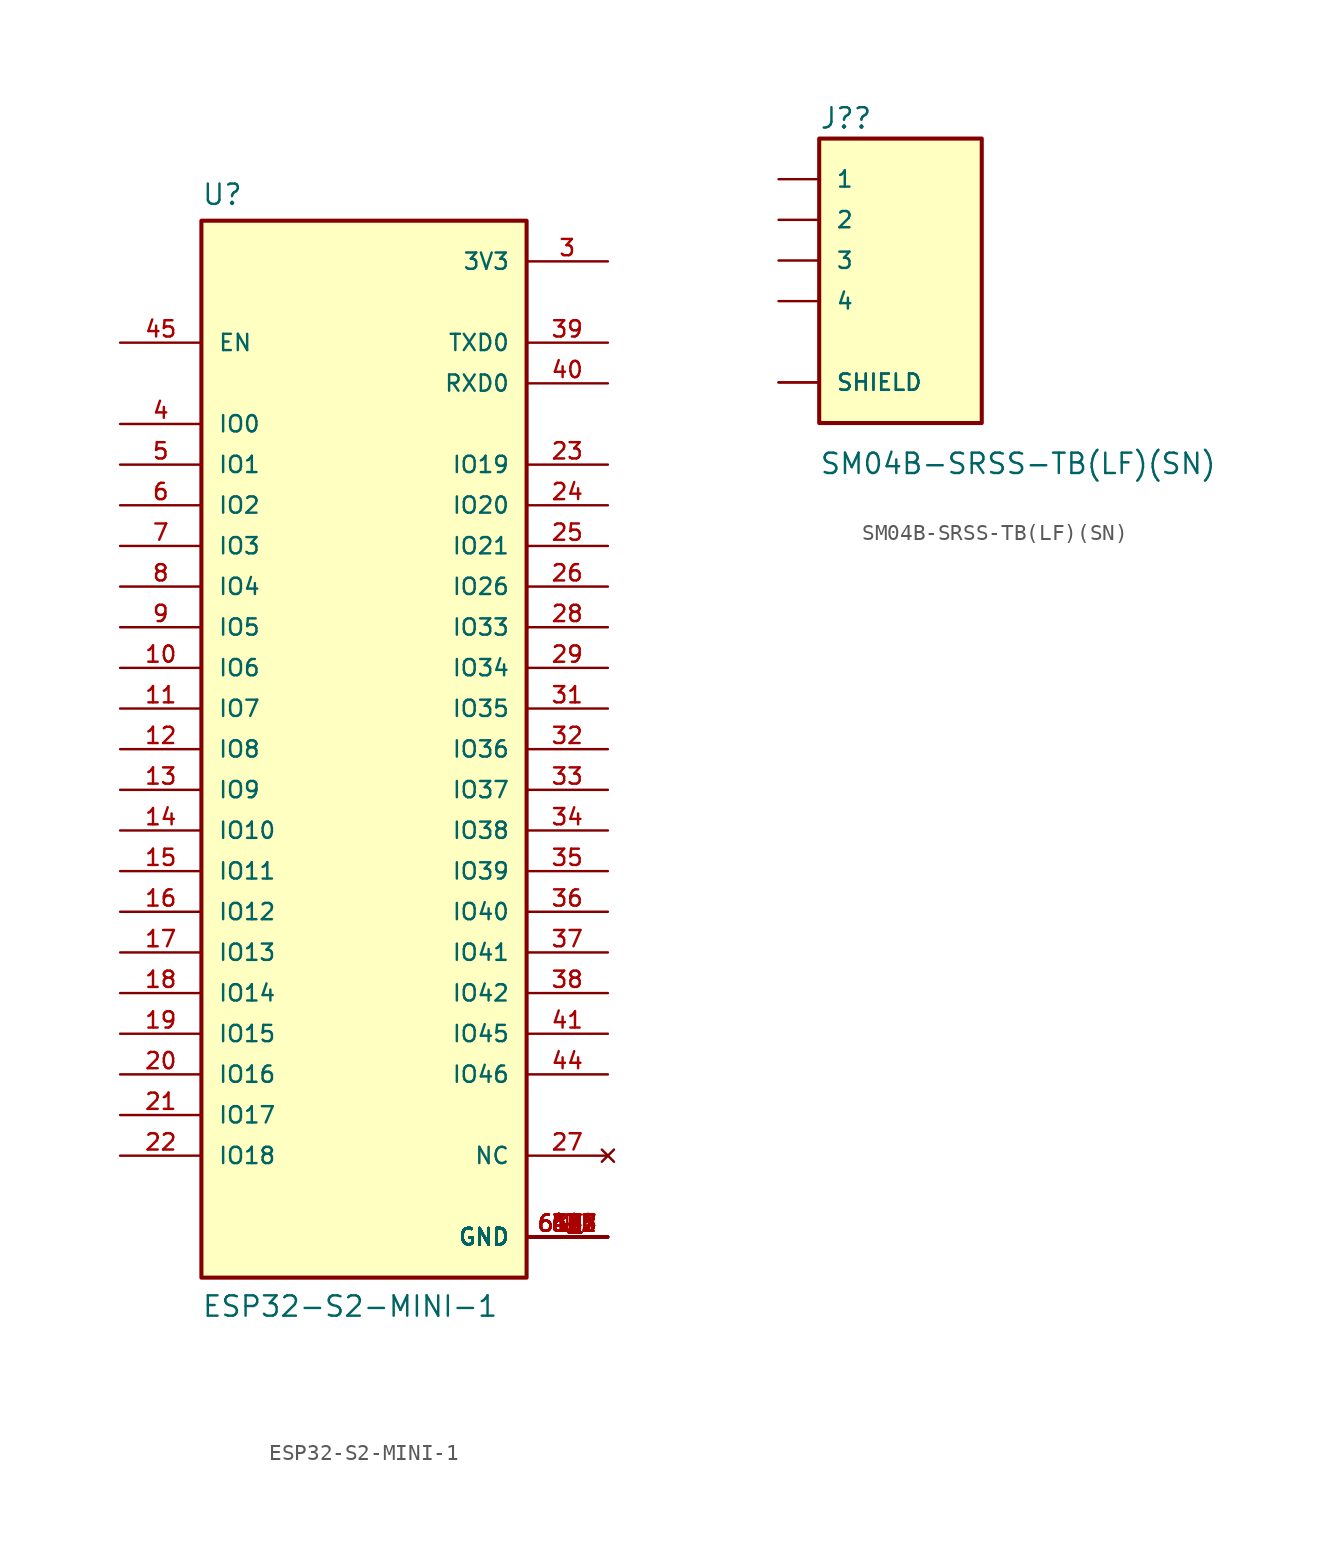
<source format=kicad_sym>
(kicad_symbol_lib
  (version 20211014)
  (generator kicad_symbol_editor)
  (symbol "ESP32-S2-MINI-1"
    (pin_names
      (offset 1.016))
    (property "Reference" "U"
      (at -10.16 33.909 0)
      (effects (font (size 1.27 1.27)) (justify left bottom)))
    (property "Value" "ESP32-S2-MINI-1"
      (at -10.16 -35.56 0)
      (effects (font (size 1.27 1.27)) (justify left bottom)))
    (symbol "ESP32-S2-MINI-1_0_0"
      (rectangle (start -10.16 -33.02) (end 10.16 33.02) (stroke (width 0.254) (type default) (color 0 0 0 0)) (fill (type background)))
      (pin power_in line (at 15.24 -30.48 180) (length 5.08) (name "GND" (effects (font (size 1.016 1.016)))) (number "1" (effects (font (size 1.016 1.016)))))
      (pin bidirectional line (at -15.24 5.08 0) (length 5.08) (name "IO6" (effects (font (size 1.016 1.016)))) (number "10" (effects (font (size 1.016 1.016)))))
      (pin bidirectional line (at -15.24 2.54 0) (length 5.08) (name "IO7" (effects (font (size 1.016 1.016)))) (number "11" (effects (font (size 1.016 1.016)))))
      (pin bidirectional line (at -15.24 0 0) (length 5.08) (name "IO8" (effects (font (size 1.016 1.016)))) (number "12" (effects (font (size 1.016 1.016)))))
      (pin bidirectional line (at -15.24 -2.54 0) (length 5.08) (name "IO9" (effects (font (size 1.016 1.016)))) (number "13" (effects (font (size 1.016 1.016)))))
      (pin bidirectional line (at -15.24 -5.08 0) (length 5.08) (name "IO10" (effects (font (size 1.016 1.016)))) (number "14" (effects (font (size 1.016 1.016)))))
      (pin bidirectional line (at -15.24 -7.62 0) (length 5.08) (name "IO11" (effects (font (size 1.016 1.016)))) (number "15" (effects (font (size 1.016 1.016)))))
      (pin bidirectional line (at -15.24 -10.16 0) (length 5.08) (name "IO12" (effects (font (size 1.016 1.016)))) (number "16" (effects (font (size 1.016 1.016)))))
      (pin bidirectional line (at -15.24 -12.7 0) (length 5.08) (name "IO13" (effects (font (size 1.016 1.016)))) (number "17" (effects (font (size 1.016 1.016)))))
      (pin bidirectional line (at -15.24 -15.24 0) (length 5.08) (name "IO14" (effects (font (size 1.016 1.016)))) (number "18" (effects (font (size 1.016 1.016)))))
      (pin bidirectional line (at -15.24 -17.78 0) (length 5.08) (name "IO15" (effects (font (size 1.016 1.016)))) (number "19" (effects (font (size 1.016 1.016)))))
      (pin power_in line (at 15.24 -30.48 180) (length 5.08) (name "GND" (effects (font (size 1.016 1.016)))) (number "2" (effects (font (size 1.016 1.016)))))
      (pin bidirectional line (at -15.24 -20.32 0) (length 5.08) (name "IO16" (effects (font (size 1.016 1.016)))) (number "20" (effects (font (size 1.016 1.016)))))
      (pin bidirectional line (at -15.24 -22.86 0) (length 5.08) (name "IO17" (effects (font (size 1.016 1.016)))) (number "21" (effects (font (size 1.016 1.016)))))
      (pin bidirectional line (at -15.24 -25.4 0) (length 5.08) (name "IO18" (effects (font (size 1.016 1.016)))) (number "22" (effects (font (size 1.016 1.016)))))
      (pin bidirectional line (at 15.24 17.78 180) (length 5.08) (name "IO19" (effects (font (size 1.016 1.016)))) (number "23" (effects (font (size 1.016 1.016)))))
      (pin bidirectional line (at 15.24 15.24 180) (length 5.08) (name "IO20" (effects (font (size 1.016 1.016)))) (number "24" (effects (font (size 1.016 1.016)))))
      (pin bidirectional line (at 15.24 12.7 180) (length 5.08) (name "IO21" (effects (font (size 1.016 1.016)))) (number "25" (effects (font (size 1.016 1.016)))))
      (pin bidirectional line (at 15.24 10.16 180) (length 5.08) (name "IO26" (effects (font (size 1.016 1.016)))) (number "26" (effects (font (size 1.016 1.016)))))
      (pin no_connect line (at 15.24 -25.4 180) (length 5.08) (name "NC" (effects (font (size 1.016 1.016)))) (number "27" (effects (font (size 1.016 1.016)))))
      (pin bidirectional line (at 15.24 7.62 180) (length 5.08) (name "IO33" (effects (font (size 1.016 1.016)))) (number "28" (effects (font (size 1.016 1.016)))))
      (pin bidirectional line (at 15.24 5.08 180) (length 5.08) (name "IO34" (effects (font (size 1.016 1.016)))) (number "29" (effects (font (size 1.016 1.016)))))
      (pin power_in line (at 15.24 30.48 180) (length 5.08) (name "3V3" (effects (font (size 1.016 1.016)))) (number "3" (effects (font (size 1.016 1.016)))))
      (pin power_in line (at 15.24 -30.48 180) (length 5.08) (name "GND" (effects (font (size 1.016 1.016)))) (number "30" (effects (font (size 1.016 1.016)))))
      (pin bidirectional line (at 15.24 2.54 180) (length 5.08) (name "IO35" (effects (font (size 1.016 1.016)))) (number "31" (effects (font (size 1.016 1.016)))))
      (pin bidirectional line (at 15.24 0 180) (length 5.08) (name "IO36" (effects (font (size 1.016 1.016)))) (number "32" (effects (font (size 1.016 1.016)))))
      (pin bidirectional line (at 15.24 -2.54 180) (length 5.08) (name "IO37" (effects (font (size 1.016 1.016)))) (number "33" (effects (font (size 1.016 1.016)))))
      (pin bidirectional line (at 15.24 -5.08 180) (length 5.08) (name "IO38" (effects (font (size 1.016 1.016)))) (number "34" (effects (font (size 1.016 1.016)))))
      (pin bidirectional line (at 15.24 -7.62 180) (length 5.08) (name "IO39" (effects (font (size 1.016 1.016)))) (number "35" (effects (font (size 1.016 1.016)))))
      (pin bidirectional line (at 15.24 -10.16 180) (length 5.08) (name "IO40" (effects (font (size 1.016 1.016)))) (number "36" (effects (font (size 1.016 1.016)))))
      (pin bidirectional line (at 15.24 -12.7 180) (length 5.08) (name "IO41" (effects (font (size 1.016 1.016)))) (number "37" (effects (font (size 1.016 1.016)))))
      (pin bidirectional line (at 15.24 -15.24 180) (length 5.08) (name "IO42" (effects (font (size 1.016 1.016)))) (number "38" (effects (font (size 1.016 1.016)))))
      (pin bidirectional line (at 15.24 25.4 180) (length 5.08) (name "TXD0" (effects (font (size 1.016 1.016)))) (number "39" (effects (font (size 1.016 1.016)))))
      (pin bidirectional line (at -15.24 20.32 0) (length 5.08) (name "IO0" (effects (font (size 1.016 1.016)))) (number "4" (effects (font (size 1.016 1.016)))))
      (pin bidirectional line (at 15.24 22.86 180) (length 5.08) (name "RXD0" (effects (font (size 1.016 1.016)))) (number "40" (effects (font (size 1.016 1.016)))))
      (pin bidirectional line (at 15.24 -17.78 180) (length 5.08) (name "IO45" (effects (font (size 1.016 1.016)))) (number "41" (effects (font (size 1.016 1.016)))))
      (pin power_in line (at 15.24 -30.48 180) (length 5.08) (name "GND" (effects (font (size 1.016 1.016)))) (number "42" (effects (font (size 1.016 1.016)))))
      (pin power_in line (at 15.24 -30.48 180) (length 5.08) (name "GND" (effects (font (size 1.016 1.016)))) (number "43" (effects (font (size 1.016 1.016)))))
      (pin input line (at 15.24 -20.32 180) (length 5.08) (name "IO46" (effects (font (size 1.016 1.016)))) (number "44" (effects (font (size 1.016 1.016)))))
      (pin input line (at -15.24 25.4 0) (length 5.08) (name "EN" (effects (font (size 1.016 1.016)))) (number "45" (effects (font (size 1.016 1.016)))))
      (pin power_in line (at 15.24 -30.48 180) (length 5.08) (name "GND" (effects (font (size 1.016 1.016)))) (number "46" (effects (font (size 1.016 1.016)))))
      (pin power_in line (at 15.24 -30.48 180) (length 5.08) (name "GND" (effects (font (size 1.016 1.016)))) (number "47" (effects (font (size 1.016 1.016)))))
      (pin power_in line (at 15.24 -30.48 180) (length 5.08) (name "GND" (effects (font (size 1.016 1.016)))) (number "48" (effects (font (size 1.016 1.016)))))
      (pin power_in line (at 15.24 -30.48 180) (length 5.08) (name "GND" (effects (font (size 1.016 1.016)))) (number "49" (effects (font (size 1.016 1.016)))))
      (pin bidirectional line (at -15.24 17.78 0) (length 5.08) (name "IO1" (effects (font (size 1.016 1.016)))) (number "5" (effects (font (size 1.016 1.016)))))
      (pin power_in line (at 15.24 -30.48 180) (length 5.08) (name "GND" (effects (font (size 1.016 1.016)))) (number "50" (effects (font (size 1.016 1.016)))))
      (pin power_in line (at 15.24 -30.48 180) (length 5.08) (name "GND" (effects (font (size 1.016 1.016)))) (number "51" (effects (font (size 1.016 1.016)))))
      (pin power_in line (at 15.24 -30.48 180) (length 5.08) (name "GND" (effects (font (size 1.016 1.016)))) (number "52" (effects (font (size 1.016 1.016)))))
      (pin power_in line (at 15.24 -30.48 180) (length 5.08) (name "GND" (effects (font (size 1.016 1.016)))) (number "53" (effects (font (size 1.016 1.016)))))
      (pin power_in line (at 15.24 -30.48 180) (length 5.08) (name "GND" (effects (font (size 1.016 1.016)))) (number "54" (effects (font (size 1.016 1.016)))))
      (pin power_in line (at 15.24 -30.48 180) (length 5.08) (name "GND" (effects (font (size 1.016 1.016)))) (number "55" (effects (font (size 1.016 1.016)))))
      (pin power_in line (at 15.24 -30.48 180) (length 5.08) (name "GND" (effects (font (size 1.016 1.016)))) (number "56" (effects (font (size 1.016 1.016)))))
      (pin power_in line (at 15.24 -30.48 180) (length 5.08) (name "GND" (effects (font (size 1.016 1.016)))) (number "57" (effects (font (size 1.016 1.016)))))
      (pin power_in line (at 15.24 -30.48 180) (length 5.08) (name "GND" (effects (font (size 1.016 1.016)))) (number "58" (effects (font (size 1.016 1.016)))))
      (pin power_in line (at 15.24 -30.48 180) (length 5.08) (name "GND" (effects (font (size 1.016 1.016)))) (number "59" (effects (font (size 1.016 1.016)))))
      (pin bidirectional line (at -15.24 15.24 0) (length 5.08) (name "IO2" (effects (font (size 1.016 1.016)))) (number "6" (effects (font (size 1.016 1.016)))))
      (pin power_in line (at 15.24 -30.48 180) (length 5.08) (name "GND" (effects (font (size 1.016 1.016)))) (number "60" (effects (font (size 1.016 1.016)))))
      (pin power_in line (at 15.24 -30.48 180) (length 5.08) (name "GND" (effects (font (size 1.016 1.016)))) (number "61" (effects (font (size 1.016 1.016)))))
      (pin power_in line (at 15.24 -30.48 180) (length 5.08) (name "GND" (effects (font (size 1.016 1.016)))) (number "61_1" (effects (font (size 1.016 1.016)))))
      (pin power_in line (at 15.24 -30.48 180) (length 5.08) (name "GND" (effects (font (size 1.016 1.016)))) (number "61_2" (effects (font (size 1.016 1.016)))))
      (pin power_in line (at 15.24 -30.48 180) (length 5.08) (name "GND" (effects (font (size 1.016 1.016)))) (number "61_3" (effects (font (size 1.016 1.016)))))
      (pin power_in line (at 15.24 -30.48 180) (length 5.08) (name "GND" (effects (font (size 1.016 1.016)))) (number "61_4" (effects (font (size 1.016 1.016)))))
      (pin power_in line (at 15.24 -30.48 180) (length 5.08) (name "GND" (effects (font (size 1.016 1.016)))) (number "61_5" (effects (font (size 1.016 1.016)))))
      (pin power_in line (at 15.24 -30.48 180) (length 5.08) (name "GND" (effects (font (size 1.016 1.016)))) (number "61_6" (effects (font (size 1.016 1.016)))))
      (pin power_in line (at 15.24 -30.48 180) (length 5.08) (name "GND" (effects (font (size 1.016 1.016)))) (number "61_7" (effects (font (size 1.016 1.016)))))
      (pin power_in line (at 15.24 -30.48 180) (length 5.08) (name "GND" (effects (font (size 1.016 1.016)))) (number "61_8" (effects (font (size 1.016 1.016)))))
      (pin power_in line (at 15.24 -30.48 180) (length 5.08) (name "GND" (effects (font (size 1.016 1.016)))) (number "62" (effects (font (size 1.016 1.016)))))
      (pin power_in line (at 15.24 -30.48 180) (length 5.08) (name "GND" (effects (font (size 1.016 1.016)))) (number "63" (effects (font (size 1.016 1.016)))))
      (pin power_in line (at 15.24 -30.48 180) (length 5.08) (name "GND" (effects (font (size 1.016 1.016)))) (number "64" (effects (font (size 1.016 1.016)))))
      (pin power_in line (at 15.24 -30.48 180) (length 5.08) (name "GND" (effects (font (size 1.016 1.016)))) (number "65" (effects (font (size 1.016 1.016)))))
      (pin bidirectional line (at -15.24 12.7 0) (length 5.08) (name "IO3" (effects (font (size 1.016 1.016)))) (number "7" (effects (font (size 1.016 1.016)))))
      (pin bidirectional line (at -15.24 10.16 0) (length 5.08) (name "IO4" (effects (font (size 1.016 1.016)))) (number "8" (effects (font (size 1.016 1.016)))))
      (pin bidirectional line (at -15.24 7.62 0) (length 5.08) (name "IO5" (effects (font (size 1.016 1.016)))) (number "9" (effects (font (size 1.016 1.016)))))))
  (symbol "SM04B-SRSS-TB(LF)(SN)"
    (pin_numbers hide)
    (pin_names
      (offset 1.016))
    (property "Reference" "J?"
      (at -5.08 8.89 0)
      (effects (font (size 1.27 1.27)) (justify left)))
    (property "Value" "SM04B-SRSS-TB(LF)(SN)"
      (at -5.08 -12.7 0)
      (effects (font (size 1.27 1.27)) (justify left)))
    (symbol "SM04B-SRSS-TB(LF)(SN)_0_0"
      (rectangle (start -5.08 -10.16) (end 5.08 7.62) (stroke (width 0.254) (type default) (color 0 0 0 0)) (fill (type background)))
      (pin passive line (at -7.62 5.08 0) (length 2.54) (name "1" (effects (font (size 1.016 1.016)))) (number "1" (effects (font (size 1.016 1.016)))))
      (pin passive line (at -7.62 2.54 0) (length 2.54) (name "2" (effects (font (size 1.016 1.016)))) (number "2" (effects (font (size 1.016 1.016)))))
      (pin passive line (at -7.62 0 0) (length 2.54) (name "3" (effects (font (size 1.016 1.016)))) (number "3" (effects (font (size 1.016 1.016)))))
      (pin passive line (at -7.62 -2.54 0) (length 2.54) (name "4" (effects (font (size 1.016 1.016)))) (number "4" (effects (font (size 1.016 1.016)))))
      (pin passive line (at -7.62 -7.62 0) (length 2.54) (name "SHIELD" (effects (font (size 1.016 1.016)))) (number "S1" (effects (font (size 1.016 1.016)))))
      (pin passive line (at -7.62 -7.62 0) (length 2.54) (name "SHIELD" (effects (font (size 1.016 1.016)))) (number "S2" (effects (font (size 1.016 1.016))))))))
</source>
